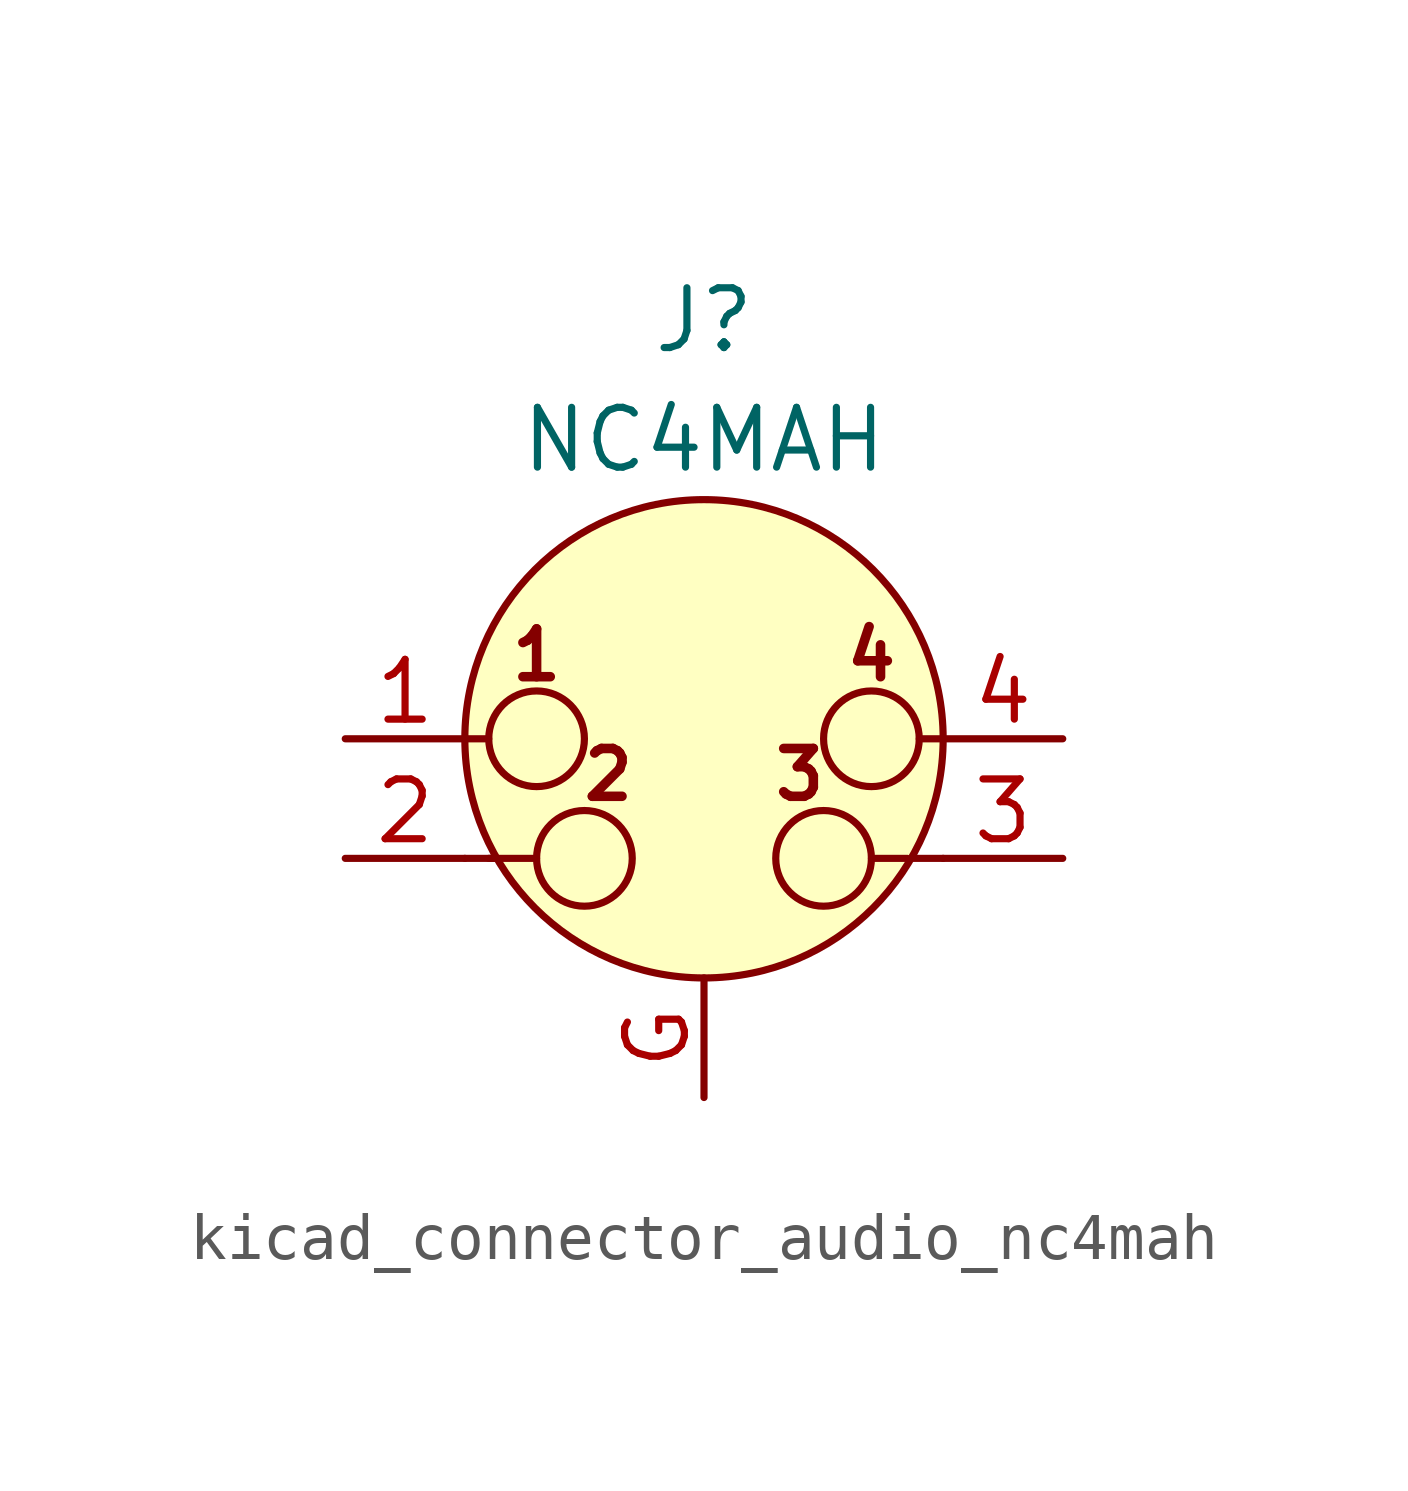
<source format=kicad_sym>
(kicad_symbol_lib
  (version 20220914)
  (generator kicad_symbol_editor)
  (symbol "kicad_connector_audio_nc4mah"
    (pin_names hide)
    (property "Reference" "J"
      (at 0 8.89 0)
      (effects (font (size 1.27 1.27))))
    (property "Value" "NC4MAH"
      (at 0 6.35 0)
      (effects (font (size 1.27 1.27))))
    (symbol "kicad_connector_audio_nc4mah_0_1"
      (circle (center -3.556 0) (radius 1.016) (stroke (width 0) (type default)) (fill (type none)))
      (circle (center -2.54 -2.54) (radius 1.016) (stroke (width 0) (type default)) (fill (type none)))
      (polyline (pts (xy -5.08 -2.54) (xy -4.445 -2.54)) (stroke (width 0) (type default)) (fill (type none)))
      (polyline (pts (xy -5.08 0) (xy -4.572 0)) (stroke (width 0) (type default)) (fill (type none)))
      (polyline (pts (xy -4.572 -2.54) (xy -3.556 -2.54)) (stroke (width 0) (type default)) (fill (type none)))
      (polyline (pts (xy 4.318 -2.54) (xy 3.556 -2.54)) (stroke (width 0) (type default)) (fill (type none)))
      (polyline (pts (xy 5.08 -2.54) (xy 4.445 -2.54)) (stroke (width 0) (type default)) (fill (type none)))
      (polyline (pts (xy 5.08 0) (xy 4.572 0)) (stroke (width 0) (type default)) (fill (type none)))
      (circle (center 0 0) (radius 5.08) (stroke (width 0) (type default)) (fill (type background)))
      (circle (center 2.54 -2.54) (radius 1.016) (stroke (width 0) (type default)) (fill (type none)))
      (circle (center 3.556 0) (radius 1.016) (stroke (width 0) (type default)) (fill (type none)))
      (text "1" (at -3.556 1.778 0) (effects (font (size 1.016 1.016) bold)))
      (text "2" (at -2.032 -0.762 0) (effects (font (size 1.016 1.016) bold)))
      (text "3" (at 2.032 -0.762 0) (effects (font (size 1.016 1.016) bold)))
      (text "4" (at 3.556 1.778 0) (effects (font (size 1.016 1.016) bold))))
    (symbol "kicad_connector_audio_nc4mah_1_1"
      (pin passive line (at -7.62 0 0) (length 2.54) (name "~" (effects (font (size 1.27 1.27)))) (number "1" (effects (font (size 1.27 1.27)))))
      (pin passive line (at -7.62 -2.54 0) (length 2.54) (name "~" (effects (font (size 1.27 1.27)))) (number "2" (effects (font (size 1.27 1.27)))))
      (pin passive line (at 7.62 -2.54 180) (length 2.54) (name "~" (effects (font (size 1.27 1.27)))) (number "3" (effects (font (size 1.27 1.27)))))
      (pin passive line (at 7.62 0 180) (length 2.54) (name "~" (effects (font (size 1.27 1.27)))) (number "4" (effects (font (size 1.27 1.27)))))
      (pin passive line (at 0 -7.62 90) (length 2.54) (name "~" (effects (font (size 1.27 1.27)))) (number "G" (effects (font (size 1.27 1.27))))))))
</source>
